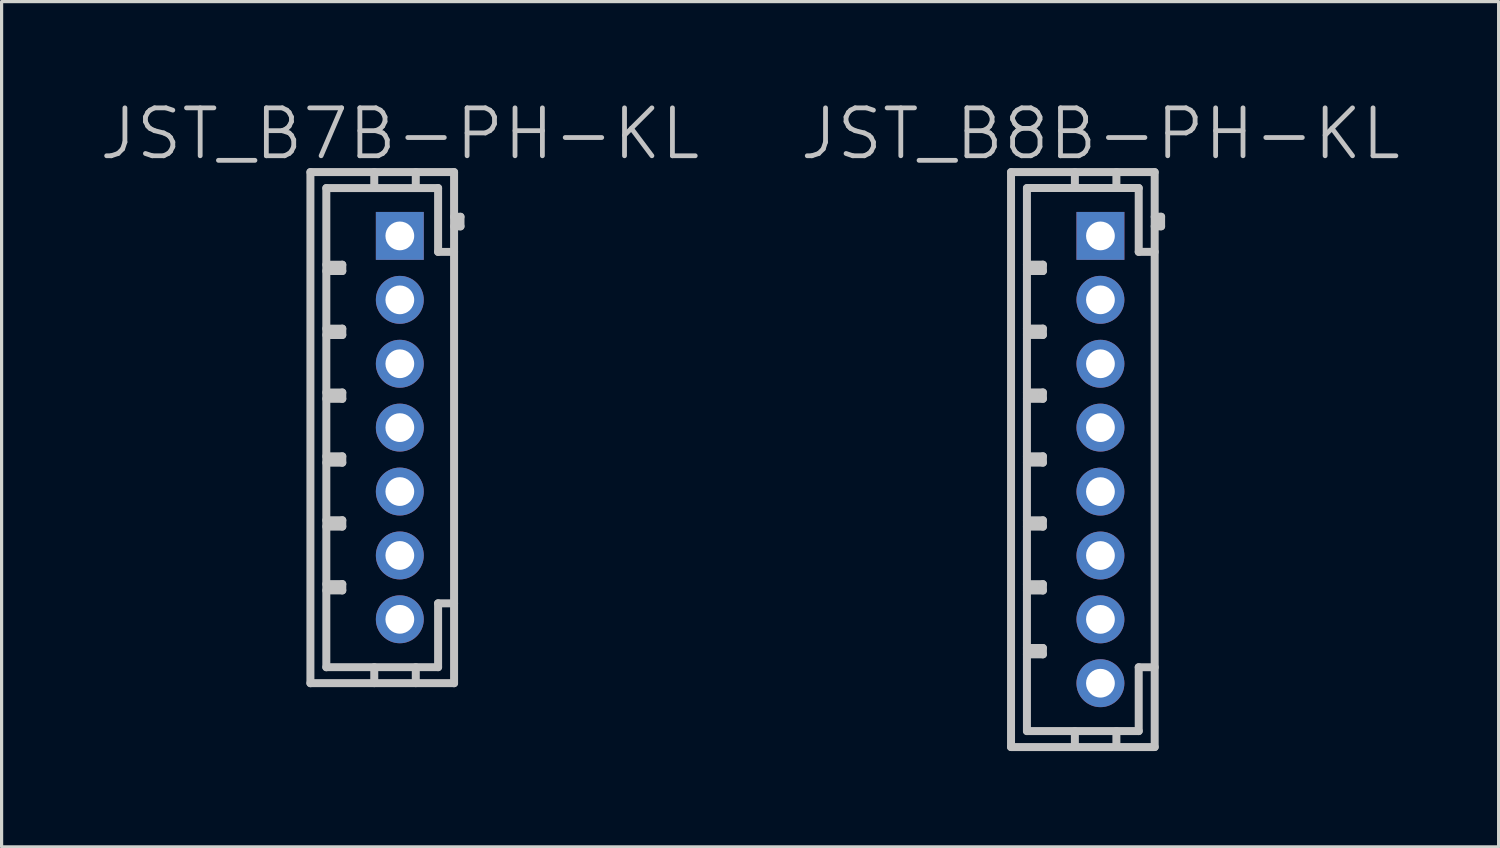
<source format=kicad_pcb>
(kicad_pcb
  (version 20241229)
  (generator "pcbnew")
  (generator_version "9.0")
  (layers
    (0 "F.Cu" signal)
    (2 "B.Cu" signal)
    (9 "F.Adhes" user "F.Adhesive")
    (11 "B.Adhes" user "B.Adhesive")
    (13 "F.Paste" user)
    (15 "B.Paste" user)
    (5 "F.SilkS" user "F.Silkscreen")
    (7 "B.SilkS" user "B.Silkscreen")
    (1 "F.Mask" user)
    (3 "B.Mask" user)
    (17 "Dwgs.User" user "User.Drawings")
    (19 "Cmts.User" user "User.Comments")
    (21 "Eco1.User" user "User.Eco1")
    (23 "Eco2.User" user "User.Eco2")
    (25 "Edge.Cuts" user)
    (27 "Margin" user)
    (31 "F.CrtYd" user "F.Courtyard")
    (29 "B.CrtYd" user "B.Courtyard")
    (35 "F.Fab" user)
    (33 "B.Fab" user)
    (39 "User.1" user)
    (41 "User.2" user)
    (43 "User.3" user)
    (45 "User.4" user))
  (footprint "JST_B8B-PH-KL"
    (layer "F.Cu")
    (at 31.404 11.341)
    (property "Reference" "JST_B8B-PH-KL" (at 0 -10.2 180) (layer "Dwgs.User") (effects (font (size 1.5 1.5) (thickness 0.15))))
    (attr through_hole)
    (fp_line (start -2.799 -8.999) (end -2.799 8.999) (stroke (width 0.25) (type solid)) (layer "Dwgs.User"))
    (fp_line (start -2.301 -6.104) (end -1.801 -6.104) (stroke (width 0.25) (type solid)) (layer "Dwgs.User"))
    (fp_line (start -2.301 -4.102) (end -1.801 -4.102) (stroke (width 0.25) (type solid)) (layer "Dwgs.User"))
    (fp_line (start -2.301 -2.103) (end -1.801 -2.103) (stroke (width 0.25) (type solid)) (layer "Dwgs.User"))
    (fp_line (start -2.301 -0.104) (end -1.801 -0.104) (stroke (width 0.25) (type solid)) (layer "Dwgs.User"))
    (fp_line (start -2.301 1.9) (end -1.801 1.9) (stroke (width 0.25) (type solid)) (layer "Dwgs.User"))
    (fp_line (start -2.301 3.899) (end -1.801 3.899) (stroke (width 0.25) (type solid)) (layer "Dwgs.User"))
    (fp_line (start -2.301 5.898) (end -1.801 5.898) (stroke (width 0.25) (type solid)) (layer "Dwgs.User"))
    (fp_line (start -2.301 8.499) (end -2.301 -8.499) (stroke (width 0.25) (type solid)) (layer "Dwgs.User"))
    (fp_line (start -2.301 8.499) (end 1.199 8.499) (stroke (width 0.25) (type solid)) (layer "Dwgs.User"))
    (fp_line (start -1.801 -6.104) (end -1.801 -5.905) (stroke (width 0.25) (type solid)) (layer "Dwgs.User"))
    (fp_line (start -1.801 -5.905) (end -2.301 -5.905) (stroke (width 0.25) (type solid)) (layer "Dwgs.User"))
    (fp_line (start -1.801 -4.102) (end -1.801 -3.904) (stroke (width 0.25) (type solid)) (layer "Dwgs.User"))
    (fp_line (start -1.801 -3.904) (end -2.301 -3.904) (stroke (width 0.25) (type solid)) (layer "Dwgs.User"))
    (fp_line (start -1.801 -2.103) (end -1.801 -1.905) (stroke (width 0.25) (type solid)) (layer "Dwgs.User"))
    (fp_line (start -1.801 -1.905) (end -2.301 -1.905) (stroke (width 0.25) (type solid)) (layer "Dwgs.User"))
    (fp_line (start -1.801 -0.104) (end -1.801 0.094) (stroke (width 0.25) (type solid)) (layer "Dwgs.User"))
    (fp_line (start -1.801 0.094) (end -2.301 0.094) (stroke (width 0.25) (type solid)) (layer "Dwgs.User"))
    (fp_line (start -1.801 1.9) (end -1.801 2.098) (stroke (width 0.25) (type solid)) (layer "Dwgs.User"))
    (fp_line (start -1.801 2.098) (end -2.301 2.098) (stroke (width 0.25) (type solid)) (layer "Dwgs.User"))
    (fp_line (start -1.801 3.899) (end -1.801 4.097) (stroke (width 0.25) (type solid)) (layer "Dwgs.User"))
    (fp_line (start -1.801 4.097) (end -2.301 4.097) (stroke (width 0.25) (type solid)) (layer "Dwgs.User"))
    (fp_line (start -1.801 5.898) (end -1.801 6.096) (stroke (width 0.25) (type solid)) (layer "Dwgs.User"))
    (fp_line (start -1.801 6.096) (end -2.301 6.096) (stroke (width 0.25) (type solid)) (layer "Dwgs.User"))
    (fp_line (start -0.8 -8.504) (end -0.8 -9.004) (stroke (width 0.25) (type solid)) (layer "Dwgs.User"))
    (fp_line (start -0.8 8.499) (end -0.8 8.999) (stroke (width 0.25) (type solid)) (layer "Dwgs.User"))
    (fp_line (start 0.5 -8.504) (end 0.5 -9.004) (stroke (width 0.25) (type solid)) (layer "Dwgs.User"))
    (fp_line (start 0.5 8.999) (end 0.5 8.499) (stroke (width 0.25) (type solid)) (layer "Dwgs.User"))
    (fp_line (start 1.199 -8.504) (end -2.301 -8.504) (stroke (width 0.25) (type solid)) (layer "Dwgs.User"))
    (fp_line (start 1.199 -6.505) (end 1.199 -8.504) (stroke (width 0.25) (type solid)) (layer "Dwgs.User"))
    (fp_line (start 1.199 6.5) (end 1.699 6.5) (stroke (width 0.25) (type solid)) (layer "Dwgs.User"))
    (fp_line (start 1.199 8.499) (end 1.199 6.5) (stroke (width 0.25) (type solid)) (layer "Dwgs.User"))
    (fp_line (start 1.699 -9.004) (end -2.799 -9.004) (stroke (width 0.25) (type solid)) (layer "Dwgs.User"))
    (fp_line (start 1.699 -8.999) (end 1.699 8.999) (stroke (width 0.25) (type solid)) (layer "Dwgs.User"))
    (fp_line (start 1.699 -7.305) (end 1.9 -7.305) (stroke (width 0.25) (type solid)) (layer "Dwgs.User"))
    (fp_line (start 1.699 -6.505) (end 1.199 -6.505) (stroke (width 0.25) (type solid)) (layer "Dwgs.User"))
    (fp_line (start 1.699 8.999) (end -2.799 8.999) (stroke (width 0.25) (type solid)) (layer "Dwgs.User"))
    (fp_line (start 1.9 -7.605) (end 1.699 -7.605) (stroke (width 0.25) (type solid)) (layer "Dwgs.User"))
    (fp_line (start 1.9 -7.305) (end 1.9 -7.605) (stroke (width 0.25) (type solid)) (layer "Dwgs.User"))
    (pad "1" thru_hole rect (at 0 -7.005) (size 1.5 1.5) (drill 0.9) (layers "*.Cu" "*.Mask"))
    (pad "2" thru_hole circle (at 0 -5.004 270) (size 1.5 1.5) (drill 0.9) (layers "*.Cu" "*.Mask"))
    (pad "3" thru_hole circle (at 0 -3.002 270) (size 1.5 1.5) (drill 0.9) (layers "*.Cu" "*.Mask"))
    (pad "4" thru_hole circle (at 0 -1.003 270) (size 1.5 1.5) (drill 0.9) (layers "*.Cu" "*.Mask"))
    (pad "5" thru_hole circle (at 0 1.001 270) (size 1.5 1.5) (drill 0.9) (layers "*.Cu" "*.Mask"))
    (pad "6" thru_hole circle (at 0 3.002 270) (size 1.5 1.5) (drill 0.9) (layers "*.Cu" "*.Mask"))
    (pad "7" thru_hole circle (at 0 5.001 270) (size 1.5 1.5) (drill 0.9) (layers "*.Cu" "*.Mask"))
    (pad "8" thru_hole circle (at 0 7 270) (size 1.5 1.5) (drill 0.9) (layers "*.Cu" "*.Mask")))
  (footprint "JST_B7B-PH-KL"
    (layer "F.Cu")
    (at 9.468 10.341)
    (property "Reference" "JST_B7B-PH-KL" (at 0 -9.2 180) (layer "Dwgs.User") (effects (font (size 1.5 1.5) (thickness 0.15))))
    (attr through_hole)
    (fp_line (start -2.799 -8.001) (end -2.799 8.001) (stroke (width 0.25) (type solid)) (layer "Dwgs.User"))
    (fp_line (start -2.301 -5.103) (end -1.801 -5.103) (stroke (width 0.25) (type solid)) (layer "Dwgs.User"))
    (fp_line (start -2.301 -3.101) (end -1.801 -3.101) (stroke (width 0.25) (type solid)) (layer "Dwgs.User"))
    (fp_line (start -2.301 -1.102) (end -1.801 -1.102) (stroke (width 0.25) (type solid)) (layer "Dwgs.User"))
    (fp_line (start -2.301 0.897) (end -1.801 0.897) (stroke (width 0.25) (type solid)) (layer "Dwgs.User"))
    (fp_line (start -2.301 2.898) (end -1.801 2.898) (stroke (width 0.25) (type solid)) (layer "Dwgs.User"))
    (fp_line (start -2.301 4.897) (end -1.801 4.897) (stroke (width 0.25) (type solid)) (layer "Dwgs.User"))
    (fp_line (start -2.301 7.498) (end 1.199 7.498) (stroke (width 0.25) (type solid)) (layer "Dwgs.User"))
    (fp_line (start -2.301 7.501) (end -2.301 -7.501) (stroke (width 0.25) (type solid)) (layer "Dwgs.User"))
    (fp_line (start -1.801 -5.103) (end -1.801 -4.905) (stroke (width 0.25) (type solid)) (layer "Dwgs.User"))
    (fp_line (start -1.801 -4.905) (end -2.301 -4.905) (stroke (width 0.25) (type solid)) (layer "Dwgs.User"))
    (fp_line (start -1.801 -3.101) (end -1.801 -2.903) (stroke (width 0.25) (type solid)) (layer "Dwgs.User"))
    (fp_line (start -1.801 -2.903) (end -2.301 -2.903) (stroke (width 0.25) (type solid)) (layer "Dwgs.User"))
    (fp_line (start -1.801 -1.102) (end -1.801 -0.904) (stroke (width 0.25) (type solid)) (layer "Dwgs.User"))
    (fp_line (start -1.801 -0.904) (end -2.301 -0.904) (stroke (width 0.25) (type solid)) (layer "Dwgs.User"))
    (fp_line (start -1.801 0.897) (end -1.801 1.095) (stroke (width 0.25) (type solid)) (layer "Dwgs.User"))
    (fp_line (start -1.801 1.095) (end -2.301 1.095) (stroke (width 0.25) (type solid)) (layer "Dwgs.User"))
    (fp_line (start -1.801 2.898) (end -1.801 3.096) (stroke (width 0.25) (type solid)) (layer "Dwgs.User"))
    (fp_line (start -1.801 3.096) (end -2.301 3.096) (stroke (width 0.25) (type solid)) (layer "Dwgs.User"))
    (fp_line (start -1.801 4.897) (end -1.801 5.095) (stroke (width 0.25) (type solid)) (layer "Dwgs.User"))
    (fp_line (start -1.801 5.095) (end -2.301 5.095) (stroke (width 0.25) (type solid)) (layer "Dwgs.User"))
    (fp_line (start -0.8 -7.503) (end -0.8 -8.004) (stroke (width 0.25) (type solid)) (layer "Dwgs.User"))
    (fp_line (start -0.8 7.498) (end -0.8 7.998) (stroke (width 0.25) (type solid)) (layer "Dwgs.User"))
    (fp_line (start 0.5 -7.503) (end 0.5 -8.004) (stroke (width 0.25) (type solid)) (layer "Dwgs.User"))
    (fp_line (start 0.5 7.998) (end 0.5 7.498) (stroke (width 0.25) (type solid)) (layer "Dwgs.User"))
    (fp_line (start 1.199 -7.503) (end -2.301 -7.503) (stroke (width 0.25) (type solid)) (layer "Dwgs.User"))
    (fp_line (start 1.199 -5.504) (end 1.199 -7.503) (stroke (width 0.25) (type solid)) (layer "Dwgs.User"))
    (fp_line (start 1.199 5.499) (end 1.699 5.499) (stroke (width 0.25) (type solid)) (layer "Dwgs.User"))
    (fp_line (start 1.199 7.498) (end 1.199 5.499) (stroke (width 0.25) (type solid)) (layer "Dwgs.User"))
    (fp_line (start 1.699 -8.004) (end -2.799 -8.004) (stroke (width 0.25) (type solid)) (layer "Dwgs.User"))
    (fp_line (start 1.699 -8.001) (end 1.699 8.001) (stroke (width 0.25) (type solid)) (layer "Dwgs.User"))
    (fp_line (start 1.699 -6.304) (end 1.9 -6.304) (stroke (width 0.25) (type solid)) (layer "Dwgs.User"))
    (fp_line (start 1.699 -5.504) (end 1.199 -5.504) (stroke (width 0.25) (type solid)) (layer "Dwgs.User"))
    (fp_line (start 1.699 7.998) (end -2.799 7.998) (stroke (width 0.25) (type solid)) (layer "Dwgs.User"))
    (fp_line (start 1.9 -6.604) (end 1.699 -6.604) (stroke (width 0.25) (type solid)) (layer "Dwgs.User"))
    (fp_line (start 1.9 -6.304) (end 1.9 -6.604) (stroke (width 0.25) (type solid)) (layer "Dwgs.User"))
    (pad "1" thru_hole rect (at 0 -6.005) (size 1.5 1.5) (drill 0.9) (layers "*.Cu" "*.Mask"))
    (pad "2" thru_hole circle (at 0 -4.003 270) (size 1.5 1.5) (drill 0.9) (layers "*.Cu" "*.Mask"))
    (pad "3" thru_hole circle (at 0 -2.002 270) (size 1.5 1.5) (drill 0.9) (layers "*.Cu" "*.Mask"))
    (pad "4" thru_hole circle (at 0 -0.003 270) (size 1.5 1.5) (drill 0.9) (layers "*.Cu" "*.Mask"))
    (pad "5" thru_hole circle (at 0 1.999 270) (size 1.5 1.5) (drill 0.9) (layers "*.Cu" "*.Mask"))
    (pad "6" thru_hole circle (at 0 4 270) (size 1.5 1.5) (drill 0.9) (layers "*.Cu" "*.Mask"))
    (pad "7" thru_hole circle (at 0 5.999 270) (size 1.5 1.5) (drill 0.9) (layers "*.Cu" "*.Mask")))
  (gr_rect
    (start -3 -3)
    (end 43.871 23.465)
    (stroke (width 0.1) (type default))
    (fill no)
    (layer "Edge.Cuts")))
</source>
